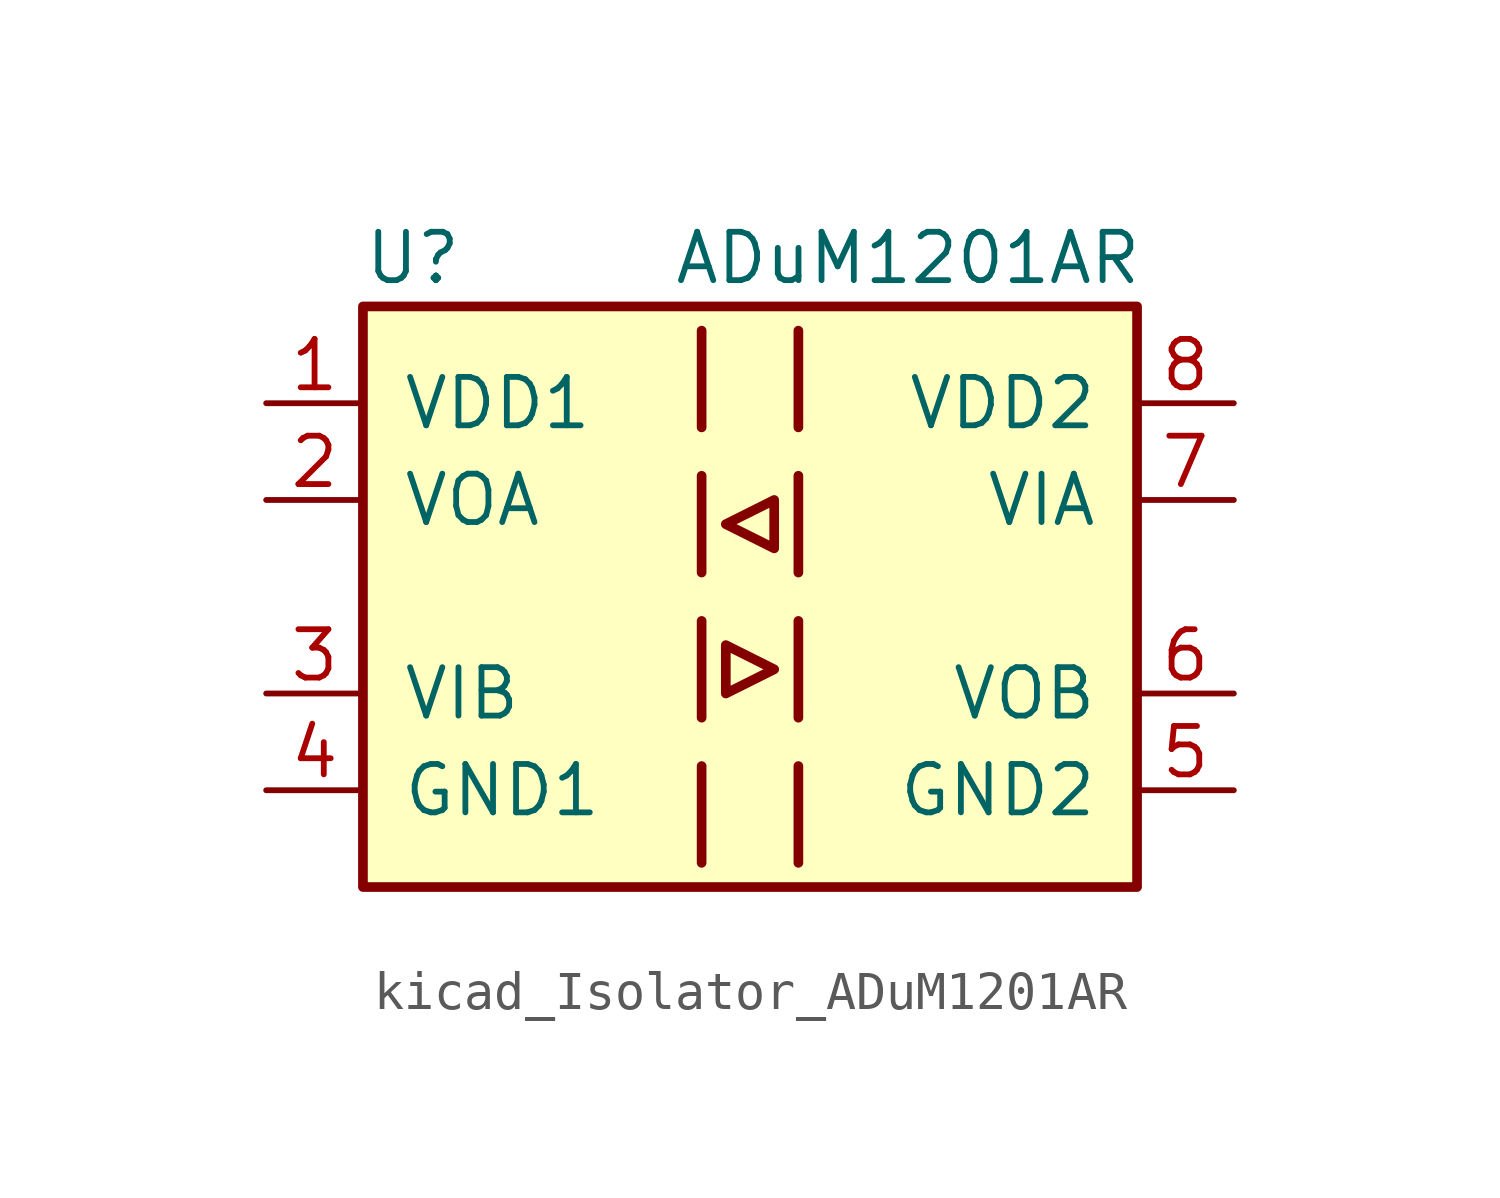
<source format=kicad_sym>
(kicad_symbol_lib
  (version 20220914)
  (generator kicad_symbol_editor)
  (symbol "kicad_Isolator_ADuM1201AR"
    (pin_names
      (offset 1.016))
    (property "Reference" "U"
      (at -10.16 8.89 0)
      (effects (font (size 1.27 1.27)) (justify left)))
    (property "Value" "ADuM1201AR"
      (at -2.032 8.89 0)
      (effects (font (size 1.27 1.27)) (justify left)))
    (symbol "kicad_Isolator_ADuM1201AR_0_1"
      (rectangle (start -10.16 7.62) (end 10.16 -7.62) (stroke (width 0.254) (type default)) (fill (type background)))
      (polyline (pts (xy -1.27 -4.445) (xy -1.27 -6.985)) (stroke (width 0.254) (type default)) (fill (type none)))
      (polyline (pts (xy -1.27 -0.635) (xy -1.27 -3.175)) (stroke (width 0.254) (type default)) (fill (type none)))
      (polyline (pts (xy -1.27 3.175) (xy -1.27 0.635)) (stroke (width 0.254) (type default)) (fill (type none)))
      (polyline (pts (xy -1.27 6.985) (xy -1.27 4.445)) (stroke (width 0.254) (type default)) (fill (type none)))
      (polyline (pts (xy 1.27 -4.445) (xy 1.27 -6.985)) (stroke (width 0.254) (type default)) (fill (type none)))
      (polyline (pts (xy 1.27 -0.635) (xy 1.27 -3.175)) (stroke (width 0.254) (type default)) (fill (type none)))
      (polyline (pts (xy 1.27 3.175) (xy 1.27 0.635)) (stroke (width 0.254) (type default)) (fill (type none)))
      (polyline (pts (xy 1.27 6.985) (xy 1.27 4.445)) (stroke (width 0.254) (type default)) (fill (type none)))
      (polyline (pts (xy -0.635 -1.27) (xy -0.635 -2.54) (xy 0.635 -1.905) (xy -0.635 -1.27)) (stroke (width 0.254) (type default)) (fill (type none)))
      (polyline (pts (xy 0.635 2.54) (xy 0.635 1.27) (xy -0.635 1.905) (xy 0.635 2.54)) (stroke (width 0.254) (type default)) (fill (type none))))
    (symbol "kicad_Isolator_ADuM1201AR_1_1"
      (pin power_in line (at -12.7 5.08 0) (length 2.54) (name "VDD1" (effects (font (size 1.27 1.27)))) (number "1" (effects (font (size 1.27 1.27)))))
      (pin output line (at -12.7 2.54 0) (length 2.54) (name "VOA" (effects (font (size 1.27 1.27)))) (number "2" (effects (font (size 1.27 1.27)))))
      (pin input line (at -12.7 -2.54 0) (length 2.54) (name "VIB" (effects (font (size 1.27 1.27)))) (number "3" (effects (font (size 1.27 1.27)))))
      (pin power_in line (at -12.7 -5.08 0) (length 2.54) (name "GND1" (effects (font (size 1.27 1.27)))) (number "4" (effects (font (size 1.27 1.27)))))
      (pin power_in line (at 12.7 -5.08 180) (length 2.54) (name "GND2" (effects (font (size 1.27 1.27)))) (number "5" (effects (font (size 1.27 1.27)))))
      (pin output line (at 12.7 -2.54 180) (length 2.54) (name "VOB" (effects (font (size 1.27 1.27)))) (number "6" (effects (font (size 1.27 1.27)))))
      (pin input line (at 12.7 2.54 180) (length 2.54) (name "VIA" (effects (font (size 1.27 1.27)))) (number "7" (effects (font (size 1.27 1.27)))))
      (pin power_in line (at 12.7 5.08 180) (length 2.54) (name "VDD2" (effects (font (size 1.27 1.27)))) (number "8" (effects (font (size 1.27 1.27))))))))
</source>
